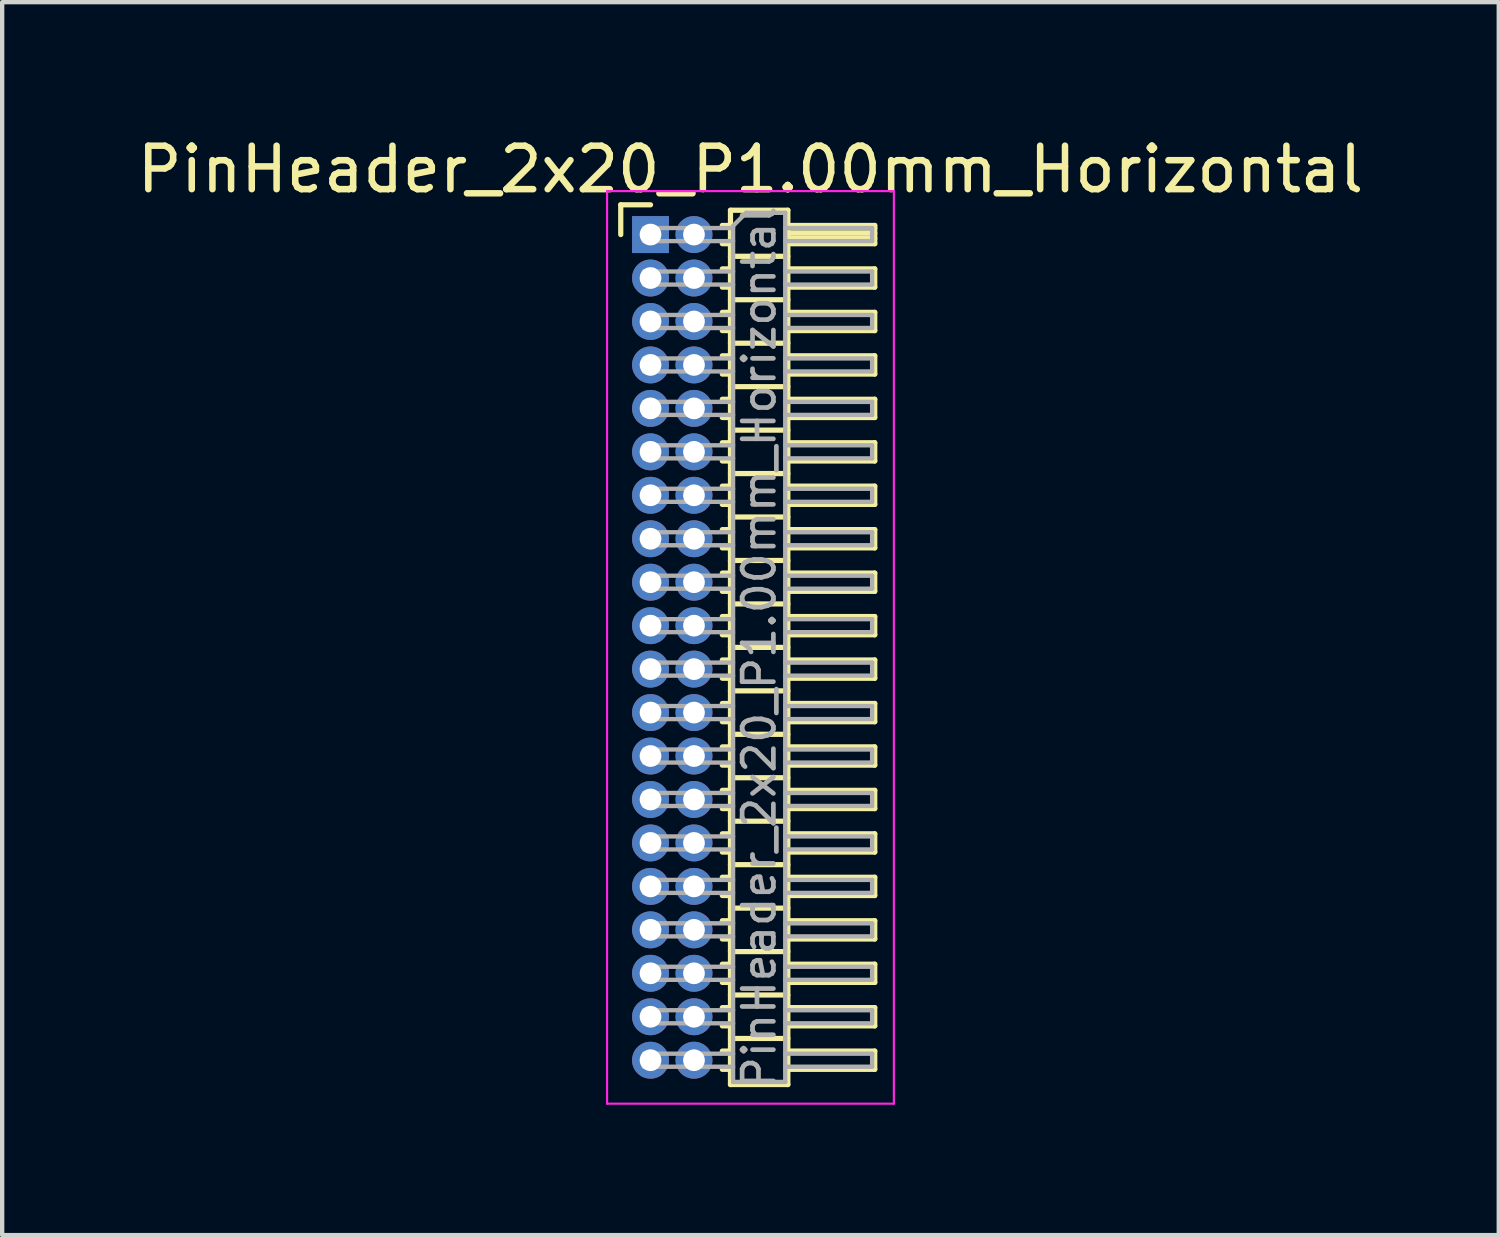
<source format=kicad_pcb>
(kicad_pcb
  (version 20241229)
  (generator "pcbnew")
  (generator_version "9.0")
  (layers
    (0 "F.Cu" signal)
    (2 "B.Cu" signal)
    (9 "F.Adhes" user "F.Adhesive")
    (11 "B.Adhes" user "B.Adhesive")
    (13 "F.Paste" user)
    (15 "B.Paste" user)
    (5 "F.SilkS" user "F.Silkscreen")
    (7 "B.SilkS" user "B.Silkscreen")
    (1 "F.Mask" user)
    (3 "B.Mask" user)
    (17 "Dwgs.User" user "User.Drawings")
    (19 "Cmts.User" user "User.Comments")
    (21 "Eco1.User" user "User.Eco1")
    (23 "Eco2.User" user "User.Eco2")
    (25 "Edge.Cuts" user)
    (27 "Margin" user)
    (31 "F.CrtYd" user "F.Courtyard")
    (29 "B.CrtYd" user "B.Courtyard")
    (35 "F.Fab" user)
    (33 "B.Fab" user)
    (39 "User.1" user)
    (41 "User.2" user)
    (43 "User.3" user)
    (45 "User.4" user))
  (footprint "PinHeader_2x20_P1.00mm_Horizontal"
    (layer "F.Cu")
    (at 11.92 2.348)
    (property "Reference" "PinHeader_2x20_P1.00mm_Horizontal" (at 2.3 -1.5 0) (layer "F.SilkS") (effects (font (size 1 1) (thickness 0.15))))
    (attr through_hole)
    (fp_line (start -0.685 -0.685) (end 0 -0.685) (stroke (width 0.12) (type solid)) (layer "F.SilkS"))
    (fp_line (start -0.685 0) (end -0.685 -0.685) (stroke (width 0.12) (type solid)) (layer "F.SilkS"))
    (fp_line (start 1.652 -0.21) (end 1.84 -0.21) (stroke (width 0.12) (type solid)) (layer "F.SilkS"))
    (fp_line (start 1.652 0.21) (end 1.84 0.21) (stroke (width 0.12) (type solid)) (layer "F.SilkS"))
    (fp_line (start 1.652 0.79) (end 1.84 0.79) (stroke (width 0.12) (type solid)) (layer "F.SilkS"))
    (fp_line (start 1.652 1.21) (end 1.84 1.21) (stroke (width 0.12) (type solid)) (layer "F.SilkS"))
    (fp_line (start 1.652 1.79) (end 1.84 1.79) (stroke (width 0.12) (type solid)) (layer "F.SilkS"))
    (fp_line (start 1.652 2.21) (end 1.84 2.21) (stroke (width 0.12) (type solid)) (layer "F.SilkS"))
    (fp_line (start 1.652 2.79) (end 1.84 2.79) (stroke (width 0.12) (type solid)) (layer "F.SilkS"))
    (fp_line (start 1.652 3.21) (end 1.84 3.21) (stroke (width 0.12) (type solid)) (layer "F.SilkS"))
    (fp_line (start 1.652 3.79) (end 1.84 3.79) (stroke (width 0.12) (type solid)) (layer "F.SilkS"))
    (fp_line (start 1.652 4.21) (end 1.84 4.21) (stroke (width 0.12) (type solid)) (layer "F.SilkS"))
    (fp_line (start 1.652 4.79) (end 1.84 4.79) (stroke (width 0.12) (type solid)) (layer "F.SilkS"))
    (fp_line (start 1.652 5.21) (end 1.84 5.21) (stroke (width 0.12) (type solid)) (layer "F.SilkS"))
    (fp_line (start 1.652 5.79) (end 1.84 5.79) (stroke (width 0.12) (type solid)) (layer "F.SilkS"))
    (fp_line (start 1.652 6.21) (end 1.84 6.21) (stroke (width 0.12) (type solid)) (layer "F.SilkS"))
    (fp_line (start 1.652 6.79) (end 1.84 6.79) (stroke (width 0.12) (type solid)) (layer "F.SilkS"))
    (fp_line (start 1.652 7.21) (end 1.84 7.21) (stroke (width 0.12) (type solid)) (layer "F.SilkS"))
    (fp_line (start 1.652 7.79) (end 1.84 7.79) (stroke (width 0.12) (type solid)) (layer "F.SilkS"))
    (fp_line (start 1.652 8.21) (end 1.84 8.21) (stroke (width 0.12) (type solid)) (layer "F.SilkS"))
    (fp_line (start 1.652 8.79) (end 1.84 8.79) (stroke (width 0.12) (type solid)) (layer "F.SilkS"))
    (fp_line (start 1.652 9.21) (end 1.84 9.21) (stroke (width 0.12) (type solid)) (layer "F.SilkS"))
    (fp_line (start 1.652 9.79) (end 1.84 9.79) (stroke (width 0.12) (type solid)) (layer "F.SilkS"))
    (fp_line (start 1.652 10.21) (end 1.84 10.21) (stroke (width 0.12) (type solid)) (layer "F.SilkS"))
    (fp_line (start 1.652 10.79) (end 1.84 10.79) (stroke (width 0.12) (type solid)) (layer "F.SilkS"))
    (fp_line (start 1.652 11.21) (end 1.84 11.21) (stroke (width 0.12) (type solid)) (layer "F.SilkS"))
    (fp_line (start 1.652 11.79) (end 1.84 11.79) (stroke (width 0.12) (type solid)) (layer "F.SilkS"))
    (fp_line (start 1.652 12.21) (end 1.84 12.21) (stroke (width 0.12) (type solid)) (layer "F.SilkS"))
    (fp_line (start 1.652 12.79) (end 1.84 12.79) (stroke (width 0.12) (type solid)) (layer "F.SilkS"))
    (fp_line (start 1.652 13.21) (end 1.84 13.21) (stroke (width 0.12) (type solid)) (layer "F.SilkS"))
    (fp_line (start 1.652 13.79) (end 1.84 13.79) (stroke (width 0.12) (type solid)) (layer "F.SilkS"))
    (fp_line (start 1.652 14.21) (end 1.84 14.21) (stroke (width 0.12) (type solid)) (layer "F.SilkS"))
    (fp_line (start 1.652 14.79) (end 1.84 14.79) (stroke (width 0.12) (type solid)) (layer "F.SilkS"))
    (fp_line (start 1.652 15.21) (end 1.84 15.21) (stroke (width 0.12) (type solid)) (layer "F.SilkS"))
    (fp_line (start 1.652 15.79) (end 1.84 15.79) (stroke (width 0.12) (type solid)) (layer "F.SilkS"))
    (fp_line (start 1.652 16.21) (end 1.84 16.21) (stroke (width 0.12) (type solid)) (layer "F.SilkS"))
    (fp_line (start 1.652 16.79) (end 1.84 16.79) (stroke (width 0.12) (type solid)) (layer "F.SilkS"))
    (fp_line (start 1.652 17.21) (end 1.84 17.21) (stroke (width 0.12) (type solid)) (layer "F.SilkS"))
    (fp_line (start 1.652 17.79) (end 1.84 17.79) (stroke (width 0.12) (type solid)) (layer "F.SilkS"))
    (fp_line (start 1.652 18.21) (end 1.84 18.21) (stroke (width 0.12) (type solid)) (layer "F.SilkS"))
    (fp_line (start 1.652 18.79) (end 1.84 18.79) (stroke (width 0.12) (type solid)) (layer "F.SilkS"))
    (fp_line (start 1.652 19.21) (end 1.84 19.21) (stroke (width 0.12) (type solid)) (layer "F.SilkS"))
    (fp_line (start 1.84 -0.56) (end 1.84 19.56) (stroke (width 0.12) (type solid)) (layer "F.SilkS"))
    (fp_line (start 1.84 0.5) (end 3.16 0.5) (stroke (width 0.12) (type solid)) (layer "F.SilkS"))
    (fp_line (start 1.84 1.5) (end 3.16 1.5) (stroke (width 0.12) (type solid)) (layer "F.SilkS"))
    (fp_line (start 1.84 2.5) (end 3.16 2.5) (stroke (width 0.12) (type solid)) (layer "F.SilkS"))
    (fp_line (start 1.84 3.5) (end 3.16 3.5) (stroke (width 0.12) (type solid)) (layer "F.SilkS"))
    (fp_line (start 1.84 4.5) (end 3.16 4.5) (stroke (width 0.12) (type solid)) (layer "F.SilkS"))
    (fp_line (start 1.84 5.5) (end 3.16 5.5) (stroke (width 0.12) (type solid)) (layer "F.SilkS"))
    (fp_line (start 1.84 6.5) (end 3.16 6.5) (stroke (width 0.12) (type solid)) (layer "F.SilkS"))
    (fp_line (start 1.84 7.5) (end 3.16 7.5) (stroke (width 0.12) (type solid)) (layer "F.SilkS"))
    (fp_line (start 1.84 8.5) (end 3.16 8.5) (stroke (width 0.12) (type solid)) (layer "F.SilkS"))
    (fp_line (start 1.84 9.5) (end 3.16 9.5) (stroke (width 0.12) (type solid)) (layer "F.SilkS"))
    (fp_line (start 1.84 10.5) (end 3.16 10.5) (stroke (width 0.12) (type solid)) (layer "F.SilkS"))
    (fp_line (start 1.84 11.5) (end 3.16 11.5) (stroke (width 0.12) (type solid)) (layer "F.SilkS"))
    (fp_line (start 1.84 12.5) (end 3.16 12.5) (stroke (width 0.12) (type solid)) (layer "F.SilkS"))
    (fp_line (start 1.84 13.5) (end 3.16 13.5) (stroke (width 0.12) (type solid)) (layer "F.SilkS"))
    (fp_line (start 1.84 14.5) (end 3.16 14.5) (stroke (width 0.12) (type solid)) (layer "F.SilkS"))
    (fp_line (start 1.84 15.5) (end 3.16 15.5) (stroke (width 0.12) (type solid)) (layer "F.SilkS"))
    (fp_line (start 1.84 16.5) (end 3.16 16.5) (stroke (width 0.12) (type solid)) (layer "F.SilkS"))
    (fp_line (start 1.84 17.5) (end 3.16 17.5) (stroke (width 0.12) (type solid)) (layer "F.SilkS"))
    (fp_line (start 1.84 18.5) (end 3.16 18.5) (stroke (width 0.12) (type solid)) (layer "F.SilkS"))
    (fp_line (start 1.84 19.56) (end 3.16 19.56) (stroke (width 0.12) (type solid)) (layer "F.SilkS"))
    (fp_line (start 3.16 -0.56) (end 1.84 -0.56) (stroke (width 0.12) (type solid)) (layer "F.SilkS"))
    (fp_line (start 3.16 -0.21) (end 5.16 -0.21) (stroke (width 0.12) (type solid)) (layer "F.SilkS"))
    (fp_line (start 3.16 -0.15) (end 5.16 -0.15) (stroke (width 0.12) (type solid)) (layer "F.SilkS"))
    (fp_line (start 3.16 -0.03) (end 5.16 -0.03) (stroke (width 0.12) (type solid)) (layer "F.SilkS"))
    (fp_line (start 3.16 0.09) (end 5.16 0.09) (stroke (width 0.12) (type solid)) (layer "F.SilkS"))
    (fp_line (start 3.16 0.79) (end 5.16 0.79) (stroke (width 0.12) (type solid)) (layer "F.SilkS"))
    (fp_line (start 3.16 1.79) (end 5.16 1.79) (stroke (width 0.12) (type solid)) (layer "F.SilkS"))
    (fp_line (start 3.16 2.79) (end 5.16 2.79) (stroke (width 0.12) (type solid)) (layer "F.SilkS"))
    (fp_line (start 3.16 3.79) (end 5.16 3.79) (stroke (width 0.12) (type solid)) (layer "F.SilkS"))
    (fp_line (start 3.16 4.79) (end 5.16 4.79) (stroke (width 0.12) (type solid)) (layer "F.SilkS"))
    (fp_line (start 3.16 5.79) (end 5.16 5.79) (stroke (width 0.12) (type solid)) (layer "F.SilkS"))
    (fp_line (start 3.16 6.79) (end 5.16 6.79) (stroke (width 0.12) (type solid)) (layer "F.SilkS"))
    (fp_line (start 3.16 7.79) (end 5.16 7.79) (stroke (width 0.12) (type solid)) (layer "F.SilkS"))
    (fp_line (start 3.16 8.79) (end 5.16 8.79) (stroke (width 0.12) (type solid)) (layer "F.SilkS"))
    (fp_line (start 3.16 9.79) (end 5.16 9.79) (stroke (width 0.12) (type solid)) (layer "F.SilkS"))
    (fp_line (start 3.16 10.79) (end 5.16 10.79) (stroke (width 0.12) (type solid)) (layer "F.SilkS"))
    (fp_line (start 3.16 11.79) (end 5.16 11.79) (stroke (width 0.12) (type solid)) (layer "F.SilkS"))
    (fp_line (start 3.16 12.79) (end 5.16 12.79) (stroke (width 0.12) (type solid)) (layer "F.SilkS"))
    (fp_line (start 3.16 13.79) (end 5.16 13.79) (stroke (width 0.12) (type solid)) (layer "F.SilkS"))
    (fp_line (start 3.16 14.79) (end 5.16 14.79) (stroke (width 0.12) (type solid)) (layer "F.SilkS"))
    (fp_line (start 3.16 15.79) (end 5.16 15.79) (stroke (width 0.12) (type solid)) (layer "F.SilkS"))
    (fp_line (start 3.16 16.79) (end 5.16 16.79) (stroke (width 0.12) (type solid)) (layer "F.SilkS"))
    (fp_line (start 3.16 17.79) (end 5.16 17.79) (stroke (width 0.12) (type solid)) (layer "F.SilkS"))
    (fp_line (start 3.16 18.79) (end 5.16 18.79) (stroke (width 0.12) (type solid)) (layer "F.SilkS"))
    (fp_line (start 3.16 19.56) (end 3.16 -0.56) (stroke (width 0.12) (type solid)) (layer "F.SilkS"))
    (fp_line (start 5.16 -0.21) (end 5.16 0.21) (stroke (width 0.12) (type solid)) (layer "F.SilkS"))
    (fp_line (start 5.16 0.21) (end 3.16 0.21) (stroke (width 0.12) (type solid)) (layer "F.SilkS"))
    (fp_line (start 5.16 0.79) (end 5.16 1.21) (stroke (width 0.12) (type solid)) (layer "F.SilkS"))
    (fp_line (start 5.16 1.21) (end 3.16 1.21) (stroke (width 0.12) (type solid)) (layer "F.SilkS"))
    (fp_line (start 5.16 1.79) (end 5.16 2.21) (stroke (width 0.12) (type solid)) (layer "F.SilkS"))
    (fp_line (start 5.16 2.21) (end 3.16 2.21) (stroke (width 0.12) (type solid)) (layer "F.SilkS"))
    (fp_line (start 5.16 2.79) (end 5.16 3.21) (stroke (width 0.12) (type solid)) (layer "F.SilkS"))
    (fp_line (start 5.16 3.21) (end 3.16 3.21) (stroke (width 0.12) (type solid)) (layer "F.SilkS"))
    (fp_line (start 5.16 3.79) (end 5.16 4.21) (stroke (width 0.12) (type solid)) (layer "F.SilkS"))
    (fp_line (start 5.16 4.21) (end 3.16 4.21) (stroke (width 0.12) (type solid)) (layer "F.SilkS"))
    (fp_line (start 5.16 4.79) (end 5.16 5.21) (stroke (width 0.12) (type solid)) (layer "F.SilkS"))
    (fp_line (start 5.16 5.21) (end 3.16 5.21) (stroke (width 0.12) (type solid)) (layer "F.SilkS"))
    (fp_line (start 5.16 5.79) (end 5.16 6.21) (stroke (width 0.12) (type solid)) (layer "F.SilkS"))
    (fp_line (start 5.16 6.21) (end 3.16 6.21) (stroke (width 0.12) (type solid)) (layer "F.SilkS"))
    (fp_line (start 5.16 6.79) (end 5.16 7.21) (stroke (width 0.12) (type solid)) (layer "F.SilkS"))
    (fp_line (start 5.16 7.21) (end 3.16 7.21) (stroke (width 0.12) (type solid)) (layer "F.SilkS"))
    (fp_line (start 5.16 7.79) (end 5.16 8.21) (stroke (width 0.12) (type solid)) (layer "F.SilkS"))
    (fp_line (start 5.16 8.21) (end 3.16 8.21) (stroke (width 0.12) (type solid)) (layer "F.SilkS"))
    (fp_line (start 5.16 8.79) (end 5.16 9.21) (stroke (width 0.12) (type solid)) (layer "F.SilkS"))
    (fp_line (start 5.16 9.21) (end 3.16 9.21) (stroke (width 0.12) (type solid)) (layer "F.SilkS"))
    (fp_line (start 5.16 9.79) (end 5.16 10.21) (stroke (width 0.12) (type solid)) (layer "F.SilkS"))
    (fp_line (start 5.16 10.21) (end 3.16 10.21) (stroke (width 0.12) (type solid)) (layer "F.SilkS"))
    (fp_line (start 5.16 10.79) (end 5.16 11.21) (stroke (width 0.12) (type solid)) (layer "F.SilkS"))
    (fp_line (start 5.16 11.21) (end 3.16 11.21) (stroke (width 0.12) (type solid)) (layer "F.SilkS"))
    (fp_line (start 5.16 11.79) (end 5.16 12.21) (stroke (width 0.12) (type solid)) (layer "F.SilkS"))
    (fp_line (start 5.16 12.21) (end 3.16 12.21) (stroke (width 0.12) (type solid)) (layer "F.SilkS"))
    (fp_line (start 5.16 12.79) (end 5.16 13.21) (stroke (width 0.12) (type solid)) (layer "F.SilkS"))
    (fp_line (start 5.16 13.21) (end 3.16 13.21) (stroke (width 0.12) (type solid)) (layer "F.SilkS"))
    (fp_line (start 5.16 13.79) (end 5.16 14.21) (stroke (width 0.12) (type solid)) (layer "F.SilkS"))
    (fp_line (start 5.16 14.21) (end 3.16 14.21) (stroke (width 0.12) (type solid)) (layer "F.SilkS"))
    (fp_line (start 5.16 14.79) (end 5.16 15.21) (stroke (width 0.12) (type solid)) (layer "F.SilkS"))
    (fp_line (start 5.16 15.21) (end 3.16 15.21) (stroke (width 0.12) (type solid)) (layer "F.SilkS"))
    (fp_line (start 5.16 15.79) (end 5.16 16.21) (stroke (width 0.12) (type solid)) (layer "F.SilkS"))
    (fp_line (start 5.16 16.21) (end 3.16 16.21) (stroke (width 0.12) (type solid)) (layer "F.SilkS"))
    (fp_line (start 5.16 16.79) (end 5.16 17.21) (stroke (width 0.12) (type solid)) (layer "F.SilkS"))
    (fp_line (start 5.16 17.21) (end 3.16 17.21) (stroke (width 0.12) (type solid)) (layer "F.SilkS"))
    (fp_line (start 5.16 17.79) (end 5.16 18.21) (stroke (width 0.12) (type solid)) (layer "F.SilkS"))
    (fp_line (start 5.16 18.21) (end 3.16 18.21) (stroke (width 0.12) (type solid)) (layer "F.SilkS"))
    (fp_line (start 5.16 18.79) (end 5.16 19.21) (stroke (width 0.12) (type solid)) (layer "F.SilkS"))
    (fp_line (start 5.16 19.21) (end 3.16 19.21) (stroke (width 0.12) (type solid)) (layer "F.SilkS"))
    (fp_line (start -1 -1) (end -1 20) (stroke (width 0.05) (type solid)) (layer "F.CrtYd"))
    (fp_line (start -1 20) (end 5.6 20) (stroke (width 0.05) (type solid)) (layer "F.CrtYd"))
    (fp_line (start 5.6 -1) (end -1 -1) (stroke (width 0.05) (type solid)) (layer "F.CrtYd"))
    (fp_line (start 5.6 20) (end 5.6 -1) (stroke (width 0.05) (type solid)) (layer "F.CrtYd"))
    (fp_line (start -0.15 -0.15) (end -0.15 0.15) (stroke (width 0.1) (type solid)) (layer "F.Fab"))
    (fp_line (start -0.15 -0.15) (end 1.9 -0.15) (stroke (width 0.1) (type solid)) (layer "F.Fab"))
    (fp_line (start -0.15 0.15) (end 1.9 0.15) (stroke (width 0.1) (type solid)) (layer "F.Fab"))
    (fp_line (start -0.15 0.85) (end -0.15 1.15) (stroke (width 0.1) (type solid)) (layer "F.Fab"))
    (fp_line (start -0.15 0.85) (end 1.9 0.85) (stroke (width 0.1) (type solid)) (layer "F.Fab"))
    (fp_line (start -0.15 1.15) (end 1.9 1.15) (stroke (width 0.1) (type solid)) (layer "F.Fab"))
    (fp_line (start -0.15 1.85) (end -0.15 2.15) (stroke (width 0.1) (type solid)) (layer "F.Fab"))
    (fp_line (start -0.15 1.85) (end 1.9 1.85) (stroke (width 0.1) (type solid)) (layer "F.Fab"))
    (fp_line (start -0.15 2.15) (end 1.9 2.15) (stroke (width 0.1) (type solid)) (layer "F.Fab"))
    (fp_line (start -0.15 2.85) (end -0.15 3.15) (stroke (width 0.1) (type solid)) (layer "F.Fab"))
    (fp_line (start -0.15 2.85) (end 1.9 2.85) (stroke (width 0.1) (type solid)) (layer "F.Fab"))
    (fp_line (start -0.15 3.15) (end 1.9 3.15) (stroke (width 0.1) (type solid)) (layer "F.Fab"))
    (fp_line (start -0.15 3.85) (end -0.15 4.15) (stroke (width 0.1) (type solid)) (layer "F.Fab"))
    (fp_line (start -0.15 3.85) (end 1.9 3.85) (stroke (width 0.1) (type solid)) (layer "F.Fab"))
    (fp_line (start -0.15 4.15) (end 1.9 4.15) (stroke (width 0.1) (type solid)) (layer "F.Fab"))
    (fp_line (start -0.15 4.85) (end -0.15 5.15) (stroke (width 0.1) (type solid)) (layer "F.Fab"))
    (fp_line (start -0.15 4.85) (end 1.9 4.85) (stroke (width 0.1) (type solid)) (layer "F.Fab"))
    (fp_line (start -0.15 5.15) (end 1.9 5.15) (stroke (width 0.1) (type solid)) (layer "F.Fab"))
    (fp_line (start -0.15 5.85) (end -0.15 6.15) (stroke (width 0.1) (type solid)) (layer "F.Fab"))
    (fp_line (start -0.15 5.85) (end 1.9 5.85) (stroke (width 0.1) (type solid)) (layer "F.Fab"))
    (fp_line (start -0.15 6.15) (end 1.9 6.15) (stroke (width 0.1) (type solid)) (layer "F.Fab"))
    (fp_line (start -0.15 6.85) (end -0.15 7.15) (stroke (width 0.1) (type solid)) (layer "F.Fab"))
    (fp_line (start -0.15 6.85) (end 1.9 6.85) (stroke (width 0.1) (type solid)) (layer "F.Fab"))
    (fp_line (start -0.15 7.15) (end 1.9 7.15) (stroke (width 0.1) (type solid)) (layer "F.Fab"))
    (fp_line (start -0.15 7.85) (end -0.15 8.15) (stroke (width 0.1) (type solid)) (layer "F.Fab"))
    (fp_line (start -0.15 7.85) (end 1.9 7.85) (stroke (width 0.1) (type solid)) (layer "F.Fab"))
    (fp_line (start -0.15 8.15) (end 1.9 8.15) (stroke (width 0.1) (type solid)) (layer "F.Fab"))
    (fp_line (start -0.15 8.85) (end -0.15 9.15) (stroke (width 0.1) (type solid)) (layer "F.Fab"))
    (fp_line (start -0.15 8.85) (end 1.9 8.85) (stroke (width 0.1) (type solid)) (layer "F.Fab"))
    (fp_line (start -0.15 9.15) (end 1.9 9.15) (stroke (width 0.1) (type solid)) (layer "F.Fab"))
    (fp_line (start -0.15 9.85) (end -0.15 10.15) (stroke (width 0.1) (type solid)) (layer "F.Fab"))
    (fp_line (start -0.15 9.85) (end 1.9 9.85) (stroke (width 0.1) (type solid)) (layer "F.Fab"))
    (fp_line (start -0.15 10.15) (end 1.9 10.15) (stroke (width 0.1) (type solid)) (layer "F.Fab"))
    (fp_line (start -0.15 10.85) (end -0.15 11.15) (stroke (width 0.1) (type solid)) (layer "F.Fab"))
    (fp_line (start -0.15 10.85) (end 1.9 10.85) (stroke (width 0.1) (type solid)) (layer "F.Fab"))
    (fp_line (start -0.15 11.15) (end 1.9 11.15) (stroke (width 0.1) (type solid)) (layer "F.Fab"))
    (fp_line (start -0.15 11.85) (end -0.15 12.15) (stroke (width 0.1) (type solid)) (layer "F.Fab"))
    (fp_line (start -0.15 11.85) (end 1.9 11.85) (stroke (width 0.1) (type solid)) (layer "F.Fab"))
    (fp_line (start -0.15 12.15) (end 1.9 12.15) (stroke (width 0.1) (type solid)) (layer "F.Fab"))
    (fp_line (start -0.15 12.85) (end -0.15 13.15) (stroke (width 0.1) (type solid)) (layer "F.Fab"))
    (fp_line (start -0.15 12.85) (end 1.9 12.85) (stroke (width 0.1) (type solid)) (layer "F.Fab"))
    (fp_line (start -0.15 13.15) (end 1.9 13.15) (stroke (width 0.1) (type solid)) (layer "F.Fab"))
    (fp_line (start -0.15 13.85) (end -0.15 14.15) (stroke (width 0.1) (type solid)) (layer "F.Fab"))
    (fp_line (start -0.15 13.85) (end 1.9 13.85) (stroke (width 0.1) (type solid)) (layer "F.Fab"))
    (fp_line (start -0.15 14.15) (end 1.9 14.15) (stroke (width 0.1) (type solid)) (layer "F.Fab"))
    (fp_line (start -0.15 14.85) (end -0.15 15.15) (stroke (width 0.1) (type solid)) (layer "F.Fab"))
    (fp_line (start -0.15 14.85) (end 1.9 14.85) (stroke (width 0.1) (type solid)) (layer "F.Fab"))
    (fp_line (start -0.15 15.15) (end 1.9 15.15) (stroke (width 0.1) (type solid)) (layer "F.Fab"))
    (fp_line (start -0.15 15.85) (end -0.15 16.15) (stroke (width 0.1) (type solid)) (layer "F.Fab"))
    (fp_line (start -0.15 15.85) (end 1.9 15.85) (stroke (width 0.1) (type solid)) (layer "F.Fab"))
    (fp_line (start -0.15 16.15) (end 1.9 16.15) (stroke (width 0.1) (type solid)) (layer "F.Fab"))
    (fp_line (start -0.15 16.85) (end -0.15 17.15) (stroke (width 0.1) (type solid)) (layer "F.Fab"))
    (fp_line (start -0.15 16.85) (end 1.9 16.85) (stroke (width 0.1) (type solid)) (layer "F.Fab"))
    (fp_line (start -0.15 17.15) (end 1.9 17.15) (stroke (width 0.1) (type solid)) (layer "F.Fab"))
    (fp_line (start -0.15 17.85) (end -0.15 18.15) (stroke (width 0.1) (type solid)) (layer "F.Fab"))
    (fp_line (start -0.15 17.85) (end 1.9 17.85) (stroke (width 0.1) (type solid)) (layer "F.Fab"))
    (fp_line (start -0.15 18.15) (end 1.9 18.15) (stroke (width 0.1) (type solid)) (layer "F.Fab"))
    (fp_line (start -0.15 18.85) (end -0.15 19.15) (stroke (width 0.1) (type solid)) (layer "F.Fab"))
    (fp_line (start -0.15 18.85) (end 1.9 18.85) (stroke (width 0.1) (type solid)) (layer "F.Fab"))
    (fp_line (start -0.15 19.15) (end 1.9 19.15) (stroke (width 0.1) (type solid)) (layer "F.Fab"))
    (fp_line (start 1.9 -0.2) (end 2.2 -0.5) (stroke (width 0.1) (type solid)) (layer "F.Fab"))
    (fp_line (start 1.9 19.5) (end 1.9 -0.2) (stroke (width 0.1) (type solid)) (layer "F.Fab"))
    (fp_line (start 2.2 -0.5) (end 3.1 -0.5) (stroke (width 0.1) (type solid)) (layer "F.Fab"))
    (fp_line (start 3.1 -0.5) (end 3.1 19.5) (stroke (width 0.1) (type solid)) (layer "F.Fab"))
    (fp_line (start 3.1 -0.15) (end 5.1 -0.15) (stroke (width 0.1) (type solid)) (layer "F.Fab"))
    (fp_line (start 3.1 0.15) (end 5.1 0.15) (stroke (width 0.1) (type solid)) (layer "F.Fab"))
    (fp_line (start 3.1 0.85) (end 5.1 0.85) (stroke (width 0.1) (type solid)) (layer "F.Fab"))
    (fp_line (start 3.1 1.15) (end 5.1 1.15) (stroke (width 0.1) (type solid)) (layer "F.Fab"))
    (fp_line (start 3.1 1.85) (end 5.1 1.85) (stroke (width 0.1) (type solid)) (layer "F.Fab"))
    (fp_line (start 3.1 2.15) (end 5.1 2.15) (stroke (width 0.1) (type solid)) (layer "F.Fab"))
    (fp_line (start 3.1 2.85) (end 5.1 2.85) (stroke (width 0.1) (type solid)) (layer "F.Fab"))
    (fp_line (start 3.1 3.15) (end 5.1 3.15) (stroke (width 0.1) (type solid)) (layer "F.Fab"))
    (fp_line (start 3.1 3.85) (end 5.1 3.85) (stroke (width 0.1) (type solid)) (layer "F.Fab"))
    (fp_line (start 3.1 4.15) (end 5.1 4.15) (stroke (width 0.1) (type solid)) (layer "F.Fab"))
    (fp_line (start 3.1 4.85) (end 5.1 4.85) (stroke (width 0.1) (type solid)) (layer "F.Fab"))
    (fp_line (start 3.1 5.15) (end 5.1 5.15) (stroke (width 0.1) (type solid)) (layer "F.Fab"))
    (fp_line (start 3.1 5.85) (end 5.1 5.85) (stroke (width 0.1) (type solid)) (layer "F.Fab"))
    (fp_line (start 3.1 6.15) (end 5.1 6.15) (stroke (width 0.1) (type solid)) (layer "F.Fab"))
    (fp_line (start 3.1 6.85) (end 5.1 6.85) (stroke (width 0.1) (type solid)) (layer "F.Fab"))
    (fp_line (start 3.1 7.15) (end 5.1 7.15) (stroke (width 0.1) (type solid)) (layer "F.Fab"))
    (fp_line (start 3.1 7.85) (end 5.1 7.85) (stroke (width 0.1) (type solid)) (layer "F.Fab"))
    (fp_line (start 3.1 8.15) (end 5.1 8.15) (stroke (width 0.1) (type solid)) (layer "F.Fab"))
    (fp_line (start 3.1 8.85) (end 5.1 8.85) (stroke (width 0.1) (type solid)) (layer "F.Fab"))
    (fp_line (start 3.1 9.15) (end 5.1 9.15) (stroke (width 0.1) (type solid)) (layer "F.Fab"))
    (fp_line (start 3.1 9.85) (end 5.1 9.85) (stroke (width 0.1) (type solid)) (layer "F.Fab"))
    (fp_line (start 3.1 10.15) (end 5.1 10.15) (stroke (width 0.1) (type solid)) (layer "F.Fab"))
    (fp_line (start 3.1 10.85) (end 5.1 10.85) (stroke (width 0.1) (type solid)) (layer "F.Fab"))
    (fp_line (start 3.1 11.15) (end 5.1 11.15) (stroke (width 0.1) (type solid)) (layer "F.Fab"))
    (fp_line (start 3.1 11.85) (end 5.1 11.85) (stroke (width 0.1) (type solid)) (layer "F.Fab"))
    (fp_line (start 3.1 12.15) (end 5.1 12.15) (stroke (width 0.1) (type solid)) (layer "F.Fab"))
    (fp_line (start 3.1 12.85) (end 5.1 12.85) (stroke (width 0.1) (type solid)) (layer "F.Fab"))
    (fp_line (start 3.1 13.15) (end 5.1 13.15) (stroke (width 0.1) (type solid)) (layer "F.Fab"))
    (fp_line (start 3.1 13.85) (end 5.1 13.85) (stroke (width 0.1) (type solid)) (layer "F.Fab"))
    (fp_line (start 3.1 14.15) (end 5.1 14.15) (stroke (width 0.1) (type solid)) (layer "F.Fab"))
    (fp_line (start 3.1 14.85) (end 5.1 14.85) (stroke (width 0.1) (type solid)) (layer "F.Fab"))
    (fp_line (start 3.1 15.15) (end 5.1 15.15) (stroke (width 0.1) (type solid)) (layer "F.Fab"))
    (fp_line (start 3.1 15.85) (end 5.1 15.85) (stroke (width 0.1) (type solid)) (layer "F.Fab"))
    (fp_line (start 3.1 16.15) (end 5.1 16.15) (stroke (width 0.1) (type solid)) (layer "F.Fab"))
    (fp_line (start 3.1 16.85) (end 5.1 16.85) (stroke (width 0.1) (type solid)) (layer "F.Fab"))
    (fp_line (start 3.1 17.15) (end 5.1 17.15) (stroke (width 0.1) (type solid)) (layer "F.Fab"))
    (fp_line (start 3.1 17.85) (end 5.1 17.85) (stroke (width 0.1) (type solid)) (layer "F.Fab"))
    (fp_line (start 3.1 18.15) (end 5.1 18.15) (stroke (width 0.1) (type solid)) (layer "F.Fab"))
    (fp_line (start 3.1 18.85) (end 5.1 18.85) (stroke (width 0.1) (type solid)) (layer "F.Fab"))
    (fp_line (start 3.1 19.15) (end 5.1 19.15) (stroke (width 0.1) (type solid)) (layer "F.Fab"))
    (fp_line (start 3.1 19.5) (end 1.9 19.5) (stroke (width 0.1) (type solid)) (layer "F.Fab"))
    (fp_line (start 5.1 -0.15) (end 5.1 0.15) (stroke (width 0.1) (type solid)) (layer "F.Fab"))
    (fp_line (start 5.1 0.85) (end 5.1 1.15) (stroke (width 0.1) (type solid)) (layer "F.Fab"))
    (fp_line (start 5.1 1.85) (end 5.1 2.15) (stroke (width 0.1) (type solid)) (layer "F.Fab"))
    (fp_line (start 5.1 2.85) (end 5.1 3.15) (stroke (width 0.1) (type solid)) (layer "F.Fab"))
    (fp_line (start 5.1 3.85) (end 5.1 4.15) (stroke (width 0.1) (type solid)) (layer "F.Fab"))
    (fp_line (start 5.1 4.85) (end 5.1 5.15) (stroke (width 0.1) (type solid)) (layer "F.Fab"))
    (fp_line (start 5.1 5.85) (end 5.1 6.15) (stroke (width 0.1) (type solid)) (layer "F.Fab"))
    (fp_line (start 5.1 6.85) (end 5.1 7.15) (stroke (width 0.1) (type solid)) (layer "F.Fab"))
    (fp_line (start 5.1 7.85) (end 5.1 8.15) (stroke (width 0.1) (type solid)) (layer "F.Fab"))
    (fp_line (start 5.1 8.85) (end 5.1 9.15) (stroke (width 0.1) (type solid)) (layer "F.Fab"))
    (fp_line (start 5.1 9.85) (end 5.1 10.15) (stroke (width 0.1) (type solid)) (layer "F.Fab"))
    (fp_line (start 5.1 10.85) (end 5.1 11.15) (stroke (width 0.1) (type solid)) (layer "F.Fab"))
    (fp_line (start 5.1 11.85) (end 5.1 12.15) (stroke (width 0.1) (type solid)) (layer "F.Fab"))
    (fp_line (start 5.1 12.85) (end 5.1 13.15) (stroke (width 0.1) (type solid)) (layer "F.Fab"))
    (fp_line (start 5.1 13.85) (end 5.1 14.15) (stroke (width 0.1) (type solid)) (layer "F.Fab"))
    (fp_line (start 5.1 14.85) (end 5.1 15.15) (stroke (width 0.1) (type solid)) (layer "F.Fab"))
    (fp_line (start 5.1 15.85) (end 5.1 16.15) (stroke (width 0.1) (type solid)) (layer "F.Fab"))
    (fp_line (start 5.1 16.85) (end 5.1 17.15) (stroke (width 0.1) (type solid)) (layer "F.Fab"))
    (fp_line (start 5.1 17.85) (end 5.1 18.15) (stroke (width 0.1) (type solid)) (layer "F.Fab"))
    (fp_line (start 5.1 18.85) (end 5.1 19.15) (stroke (width 0.1) (type solid)) (layer "F.Fab"))
    (fp_text user "${REFERENCE}" (at 2.5 9.5 90) (layer "F.Fab") (effects (font (size 0.72 0.72) (thickness 0.108))))
    (pad "1" thru_hole rect (at 0 0) (size 0.85 0.85) (drill 0.5) (layers "*.Cu" "*.Mask"))
    (pad "2" thru_hole oval (at 1 0) (size 0.85 0.85) (drill 0.5) (layers "*.Cu" "*.Mask"))
    (pad "3" thru_hole oval (at 0 1) (size 0.85 0.85) (drill 0.5) (layers "*.Cu" "*.Mask"))
    (pad "4" thru_hole oval (at 1 1) (size 0.85 0.85) (drill 0.5) (layers "*.Cu" "*.Mask"))
    (pad "5" thru_hole oval (at 0 2) (size 0.85 0.85) (drill 0.5) (layers "*.Cu" "*.Mask"))
    (pad "6" thru_hole oval (at 1 2) (size 0.85 0.85) (drill 0.5) (layers "*.Cu" "*.Mask"))
    (pad "7" thru_hole oval (at 0 3) (size 0.85 0.85) (drill 0.5) (layers "*.Cu" "*.Mask"))
    (pad "8" thru_hole oval (at 1 3) (size 0.85 0.85) (drill 0.5) (layers "*.Cu" "*.Mask"))
    (pad "9" thru_hole oval (at 0 4) (size 0.85 0.85) (drill 0.5) (layers "*.Cu" "*.Mask"))
    (pad "10" thru_hole oval (at 1 4) (size 0.85 0.85) (drill 0.5) (layers "*.Cu" "*.Mask"))
    (pad "11" thru_hole oval (at 0 5) (size 0.85 0.85) (drill 0.5) (layers "*.Cu" "*.Mask"))
    (pad "12" thru_hole oval (at 1 5) (size 0.85 0.85) (drill 0.5) (layers "*.Cu" "*.Mask"))
    (pad "13" thru_hole oval (at 0 6) (size 0.85 0.85) (drill 0.5) (layers "*.Cu" "*.Mask"))
    (pad "14" thru_hole oval (at 1 6) (size 0.85 0.85) (drill 0.5) (layers "*.Cu" "*.Mask"))
    (pad "15" thru_hole oval (at 0 7) (size 0.85 0.85) (drill 0.5) (layers "*.Cu" "*.Mask"))
    (pad "16" thru_hole oval (at 1 7) (size 0.85 0.85) (drill 0.5) (layers "*.Cu" "*.Mask"))
    (pad "17" thru_hole oval (at 0 8) (size 0.85 0.85) (drill 0.5) (layers "*.Cu" "*.Mask"))
    (pad "18" thru_hole oval (at 1 8) (size 0.85 0.85) (drill 0.5) (layers "*.Cu" "*.Mask"))
    (pad "19" thru_hole oval (at 0 9) (size 0.85 0.85) (drill 0.5) (layers "*.Cu" "*.Mask"))
    (pad "20" thru_hole oval (at 1 9) (size 0.85 0.85) (drill 0.5) (layers "*.Cu" "*.Mask"))
    (pad "21" thru_hole oval (at 0 10) (size 0.85 0.85) (drill 0.5) (layers "*.Cu" "*.Mask"))
    (pad "22" thru_hole oval (at 1 10) (size 0.85 0.85) (drill 0.5) (layers "*.Cu" "*.Mask"))
    (pad "23" thru_hole oval (at 0 11) (size 0.85 0.85) (drill 0.5) (layers "*.Cu" "*.Mask"))
    (pad "24" thru_hole oval (at 1 11) (size 0.85 0.85) (drill 0.5) (layers "*.Cu" "*.Mask"))
    (pad "25" thru_hole oval (at 0 12) (size 0.85 0.85) (drill 0.5) (layers "*.Cu" "*.Mask"))
    (pad "26" thru_hole oval (at 1 12) (size 0.85 0.85) (drill 0.5) (layers "*.Cu" "*.Mask"))
    (pad "27" thru_hole oval (at 0 13) (size 0.85 0.85) (drill 0.5) (layers "*.Cu" "*.Mask"))
    (pad "28" thru_hole oval (at 1 13) (size 0.85 0.85) (drill 0.5) (layers "*.Cu" "*.Mask"))
    (pad "29" thru_hole oval (at 0 14) (size 0.85 0.85) (drill 0.5) (layers "*.Cu" "*.Mask"))
    (pad "30" thru_hole oval (at 1 14) (size 0.85 0.85) (drill 0.5) (layers "*.Cu" "*.Mask"))
    (pad "31" thru_hole oval (at 0 15) (size 0.85 0.85) (drill 0.5) (layers "*.Cu" "*.Mask"))
    (pad "32" thru_hole oval (at 1 15) (size 0.85 0.85) (drill 0.5) (layers "*.Cu" "*.Mask"))
    (pad "33" thru_hole oval (at 0 16) (size 0.85 0.85) (drill 0.5) (layers "*.Cu" "*.Mask"))
    (pad "34" thru_hole oval (at 1 16) (size 0.85 0.85) (drill 0.5) (layers "*.Cu" "*.Mask"))
    (pad "35" thru_hole oval (at 0 17) (size 0.85 0.85) (drill 0.5) (layers "*.Cu" "*.Mask"))
    (pad "36" thru_hole oval (at 1 17) (size 0.85 0.85) (drill 0.5) (layers "*.Cu" "*.Mask"))
    (pad "37" thru_hole oval (at 0 18) (size 0.85 0.85) (drill 0.5) (layers "*.Cu" "*.Mask"))
    (pad "38" thru_hole oval (at 1 18) (size 0.85 0.85) (drill 0.5) (layers "*.Cu" "*.Mask"))
    (pad "39" thru_hole oval (at 0 19) (size 0.85 0.85) (drill 0.5) (layers "*.Cu" "*.Mask"))
    (pad "40" thru_hole oval (at 1 19) (size 0.85 0.85) (drill 0.5) (layers "*.Cu" "*.Mask")))
  (gr_rect
    (start -3 -3)
    (end 31.44 25.373)
    (stroke (width 0.1) (type default))
    (fill no)
    (layer "Edge.Cuts")))
</source>
